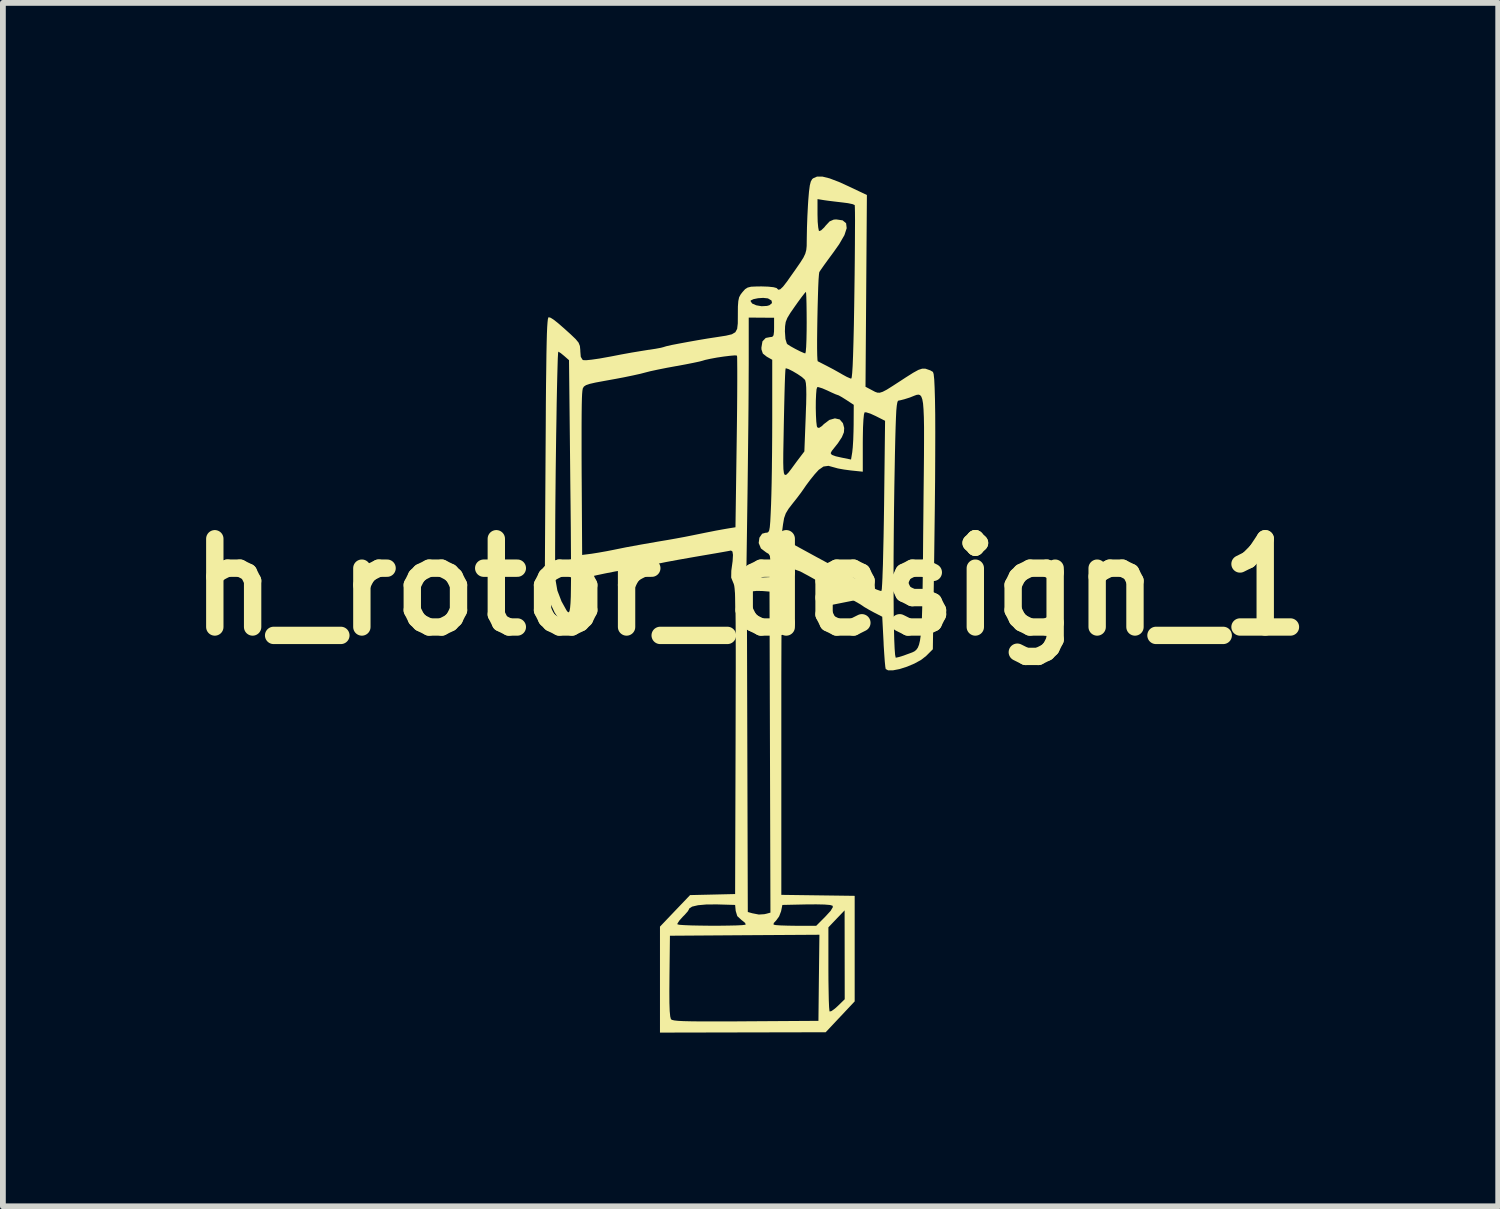
<source format=kicad_pcb>
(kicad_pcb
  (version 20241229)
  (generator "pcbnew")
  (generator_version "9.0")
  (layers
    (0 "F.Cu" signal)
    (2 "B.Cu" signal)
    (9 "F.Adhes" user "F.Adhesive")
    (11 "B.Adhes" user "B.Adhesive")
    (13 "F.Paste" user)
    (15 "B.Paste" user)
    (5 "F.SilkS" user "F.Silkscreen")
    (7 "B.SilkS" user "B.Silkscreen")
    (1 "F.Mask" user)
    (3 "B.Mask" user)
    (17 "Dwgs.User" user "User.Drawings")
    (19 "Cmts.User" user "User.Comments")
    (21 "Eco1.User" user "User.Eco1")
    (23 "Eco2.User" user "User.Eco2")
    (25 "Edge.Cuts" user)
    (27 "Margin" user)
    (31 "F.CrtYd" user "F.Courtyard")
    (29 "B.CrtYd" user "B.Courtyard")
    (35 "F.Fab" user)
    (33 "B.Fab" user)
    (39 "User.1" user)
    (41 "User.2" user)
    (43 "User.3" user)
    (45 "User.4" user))
  (footprint "h_rotor_design_1"
    (layer "F.Cu")
    (at 9.913 7.09)
    (property "Reference" "h_rotor_design_1" (at 0 0 0) (layer "F.SilkS") (effects (font (size 1.524 1.524) (thickness 0.3))))
    (attr board_only exclude_from_pos_files exclude_from_bom)
    (fp_poly (pts (xy 1.366 -7.059) (xy 1.529 -6.997) (xy 1.689 -6.924) (xy 2.01 -6.772) (xy 1.986 -3.46) (xy 2.105 -3.397) (xy 2.152 -3.372) (xy 2.192 -3.358) (xy 2.232 -3.357) (xy 2.283 -3.373) (xy 2.354 -3.41) (xy 2.454 -3.473) (xy 2.593 -3.563) (xy 2.683 -3.622) (xy 2.81 -3.702) (xy 2.899 -3.751) (xy 2.963 -3.772) (xy 3.015 -3.773) (xy 3.027 -3.77) (xy 3.105 -3.743) (xy 3.151 -3.716) (xy 3.163 -3.679) (xy 3.173 -3.587) (xy 3.18 -3.441) (xy 3.186 -3.239) (xy 3.19 -2.98) (xy 3.191 -2.663) (xy 3.19 -2.288) (xy 3.188 -1.854) (xy 3.183 -1.36) (xy 3.176 -0.805) (xy 3.17 -0.344) (xy 3.149 1.074) (xy 3.033 1.19) (xy 2.946 1.258) (xy 2.831 1.321) (xy 2.703 1.375) (xy 2.575 1.416) (xy 2.461 1.438) (xy 2.376 1.438) (xy 2.335 1.415) (xy 2.328 1.376) (xy 2.319 1.287) (xy 2.31 1.16) (xy 2.3 1.006) (xy 2.298 0.951) (xy 2.275 0.512) (xy 2.131 0.438) (xy 2.038 0.387) (xy 1.963 0.343) (xy 1.939 0.326) (xy 1.892 0.295) (xy 1.804 0.245) (xy 1.691 0.183) (xy 1.633 0.152) (xy 1.508 0.086) (xy 1.395 0.025) (xy 1.311 -0.02) (xy 1.289 -0.032) (xy 1.22 -0.071) (xy 1.117 -0.129) (xy 1.003 -0.193) (xy 0.998 -0.196) (xy 0.857 -0.271) (xy 0.756 -0.307) (xy 0.685 -0.305) (xy 0.634 -0.263) (xy 0.594 -0.181) (xy 0.586 -0.16) (xy 0.576 -0.129) (xy 0.568 -0.092) (xy 0.561 -0.044) (xy 0.554 0.019) (xy 0.549 0.101) (xy 0.545 0.206) (xy 0.541 0.338) (xy 0.538 0.501) (xy 0.536 0.7) (xy 0.534 0.938) (xy 0.533 1.22) (xy 0.532 1.55) (xy 0.532 1.932) (xy 0.532 2.369) (xy 0.532 2.655) (xy 0.532 5.316) (xy 1.799 5.333) (xy 1.799 7.156) (xy 1.548 7.423) (xy 1.298 7.689) (xy -0.133 7.692) (xy -1.564 7.695) (xy -1.564 6.979) (xy -1.402 6.979) (xy -1.401 7.179) (xy -1.396 7.323) (xy -1.387 7.416) (xy -1.375 7.462) (xy -1.373 7.465) (xy -1.354 7.476) (xy -1.316 7.485) (xy -1.252 7.492) (xy -1.157 7.497) (xy -1.026 7.5) (xy -0.853 7.502) (xy -0.633 7.502) (xy -0.361 7.502) (xy -0.082 7.5) (xy 1.173 7.492) (xy 1.181 6.748) (xy 1.183 6.593) (xy 1.345 6.593) (xy 1.346 6.799) (xy 1.349 6.983) (xy 1.352 7.137) (xy 1.357 7.252) (xy 1.363 7.318) (xy 1.367 7.331) (xy 1.399 7.323) (xy 1.458 7.28) (xy 1.507 7.236) (xy 1.627 7.119) (xy 1.625 5.584) (xy 1.485 5.73) (xy 1.345 5.877) (xy 1.345 6.593) (xy 1.183 6.593) (xy 1.19 6.005) (xy -0.101 6.013) (xy -1.392 6.022) (xy -1.4 6.721) (xy -1.402 6.979) (xy -1.564 6.979) (xy -1.564 5.865) (xy -1.526 5.825) (xy -1.263 5.825) (xy -1.228 5.833) (xy -1.143 5.839) (xy -1.02 5.844) (xy -0.87 5.847) (xy -0.705 5.849) (xy -0.539 5.849) (xy -0.382 5.847) (xy -0.247 5.844) (xy -0.145 5.839) (xy -0.09 5.832) (xy -0.086 5.83) (xy 0.398 5.83) (xy 0.435 5.838) (xy 0.521 5.844) (xy 0.644 5.848) (xy 0.776 5.85) (xy 1.135 5.85) (xy 1.292 5.692) (xy 1.383 5.593) (xy 1.422 5.528) (xy 1.418 5.504) (xy 1.374 5.491) (xy 1.277 5.483) (xy 1.136 5.48) (xy 0.968 5.481) (xy 0.55 5.49) (xy 0.528 5.599) (xy 0.494 5.688) (xy 0.444 5.757) (xy 0.442 5.759) (xy 0.401 5.803) (xy 0.398 5.83) (xy -0.086 5.83) (xy -0.084 5.829) (xy -0.093 5.801) (xy -0.143 5.76) (xy -0.154 5.752) (xy -0.229 5.683) (xy -0.256 5.593) (xy -0.266 5.49) (xy -0.577 5.481) (xy -0.761 5.482) (xy -0.907 5.495) (xy -1.009 5.519) (xy -1.06 5.553) (xy -1.064 5.567) (xy -1.084 5.601) (xy -1.136 5.66) (xy -1.171 5.695) (xy -1.23 5.761) (xy -1.262 5.811) (xy -1.263 5.825) (xy -1.526 5.825) (xy -1.304 5.592) (xy -1.044 5.32) (xy -0.655 5.311) (xy -0.266 5.302) (xy -0.258 2.65) (xy -0.257 2.178) (xy -0.256 1.765) (xy -0.255 1.406) (xy -0.255 1.098) (xy -0.256 0.836) (xy -0.257 0.617) (xy -0.259 0.437) (xy -0.262 0.292) (xy -0.265 0.177) (xy -0.269 0.095) (xy -0.063 0.095) (xy -0.047 5.612) (xy 0.031 5.634) (xy 0.144 5.656) (xy 0.238 5.65) (xy 0.274 5.642) (xy 0.344 5.623) (xy 0.336 2.851) (xy 0.328 0.078) (xy 0.206 0.068) (xy 0.106 0.066) (xy 0.02 0.075) (xy 0.011 0.077) (xy -0.063 0.095) (xy -0.269 0.095) (xy -0.27 0.089) (xy -0.275 0.024) (xy -0.281 -0.022) (xy -0.289 -0.053) (xy -0.298 -0.074) (xy -0.3 -0.079) (xy -0.33 -0.153) (xy -0.073 -0.153) (xy 0.328 -0.172) (xy 0.338 -0.368) (xy 0.341 -0.476) (xy 0.334 -0.539) (xy 0.312 -0.574) (xy 0.271 -0.598) (xy 0.18 -0.667) (xy 0.141 -0.761) (xy 0.153 -0.85) (xy 0.534 -0.85) (xy 0.979 -0.607) (xy 1.138 -0.52) (xy 1.288 -0.439) (xy 1.413 -0.371) (xy 1.503 -0.323) (xy 1.533 -0.307) (xy 1.616 -0.262) (xy 1.681 -0.225) (xy 1.689 -0.22) (xy 1.824 -0.139) (xy 1.959 -0.064) (xy 2.081 -0.002) (xy 2.181 0.044) (xy 2.245 0.066) (xy 2.262 0.065) (xy 2.268 0.029) (xy 2.274 -0.063) (xy 2.279 -0.168) (xy 2.47 -0.168) (xy 2.471 0.157) (xy 2.473 0.447) (xy 2.477 0.697) (xy 2.482 0.904) (xy 2.489 1.062) (xy 2.497 1.168) (xy 2.507 1.217) (xy 2.51 1.22) (xy 2.56 1.209) (xy 2.645 1.183) (xy 2.701 1.162) (xy 2.751 1.144) (xy 2.794 1.128) (xy 2.831 1.11) (xy 2.862 1.085) (xy 2.889 1.048) (xy 2.91 0.996) (xy 2.927 0.924) (xy 2.941 0.827) (xy 2.952 0.701) (xy 2.96 0.542) (xy 2.966 0.346) (xy 2.971 0.107) (xy 2.975 -0.179) (xy 2.979 -0.515) (xy 2.982 -0.907) (xy 2.985 -1.181) (xy 2.989 -1.606) (xy 2.993 -1.972) (xy 2.996 -2.283) (xy 2.997 -2.545) (xy 2.997 -2.76) (xy 2.994 -2.933) (xy 2.988 -3.069) (xy 2.98 -3.171) (xy 2.967 -3.243) (xy 2.95 -3.29) (xy 2.928 -3.316) (xy 2.902 -3.324) (xy 2.869 -3.32) (xy 2.831 -3.306) (xy 2.786 -3.288) (xy 2.751 -3.274) (xy 2.656 -3.244) (xy 2.581 -3.225) (xy 2.558 -3.222) (xy 2.545 -3.214) (xy 2.535 -3.186) (xy 2.526 -3.133) (xy 2.518 -3.049) (xy 2.512 -2.927) (xy 2.506 -2.762) (xy 2.5 -2.549) (xy 2.494 -2.281) (xy 2.492 -2.166) (xy 2.484 -1.731) (xy 2.478 -1.309) (xy 2.474 -0.905) (xy 2.471 -0.523) (xy 2.47 -0.168) (xy 2.279 -0.168) (xy 2.28 -0.205) (xy 2.287 -0.39) (xy 2.292 -0.614) (xy 2.298 -0.868) (xy 2.303 -1.147) (xy 2.307 -1.417) (xy 2.324 -2.872) (xy 2.162 -2.954) (xy 2.07 -2.996) (xy 1.998 -3.018) (xy 1.97 -3.018) (xy 1.959 -2.981) (xy 1.95 -2.891) (xy 1.943 -2.758) (xy 1.94 -2.591) (xy 1.939 -2.496) (xy 1.939 -1.993) (xy 1.736 -2.014) (xy 1.616 -2.03) (xy 1.51 -2.049) (xy 1.452 -2.065) (xy 1.346 -2.094) (xy 1.26 -2.082) (xy 1.178 -2.025) (xy 1.107 -1.947) (xy 1.029 -1.85) (xy 0.959 -1.756) (xy 0.925 -1.706) (xy 0.873 -1.632) (xy 0.799 -1.534) (xy 0.73 -1.447) (xy 0.656 -1.351) (xy 0.609 -1.273) (xy 0.58 -1.191) (xy 0.561 -1.081) (xy 0.55 -0.996) (xy 0.534 -0.85) (xy 0.153 -0.85) (xy 0.154 -0.854) (xy 0.201 -0.922) (xy 0.26 -0.938) (xy 0.288 -0.94) (xy 0.308 -0.951) (xy 0.323 -0.98) (xy 0.333 -1.036) (xy 0.341 -1.13) (xy 0.348 -1.268) (xy 0.355 -1.431) (xy 0.36 -1.591) (xy 0.365 -1.801) (xy 0.369 -2.047) (xy 0.37 -2.153) (xy 0.565 -2.153) (xy 0.568 -2.037) (xy 0.577 -1.967) (xy 0.593 -1.936) (xy 0.619 -1.941) (xy 0.655 -1.977) (xy 0.703 -2.039) (xy 0.765 -2.124) (xy 0.801 -2.173) (xy 0.93 -2.343) (xy 0.953 -2.94) (xy 0.958 -3.092) (xy 1.127 -3.092) (xy 1.13 -2.966) (xy 1.136 -2.857) (xy 1.145 -2.782) (xy 1.152 -2.76) (xy 1.182 -2.748) (xy 1.233 -2.781) (xy 1.267 -2.815) (xy 1.362 -2.887) (xy 1.458 -2.914) (xy 1.541 -2.895) (xy 1.596 -2.83) (xy 1.598 -2.824) (xy 1.618 -2.747) (xy 1.613 -2.673) (xy 1.578 -2.589) (xy 1.509 -2.484) (xy 1.404 -2.352) (xy 1.384 -2.313) (xy 1.404 -2.284) (xy 1.472 -2.259) (xy 1.574 -2.236) (xy 1.736 -2.203) (xy 1.757 -2.329) (xy 1.766 -2.414) (xy 1.774 -2.541) (xy 1.779 -2.692) (xy 1.781 -2.802) (xy 1.783 -3.148) (xy 1.655 -3.232) (xy 1.577 -3.281) (xy 1.521 -3.312) (xy 1.506 -3.317) (xy 1.469 -3.33) (xy 1.395 -3.363) (xy 1.332 -3.393) (xy 1.242 -3.432) (xy 1.175 -3.453) (xy 1.152 -3.453) (xy 1.14 -3.416) (xy 1.133 -3.333) (xy 1.128 -3.22) (xy 1.127 -3.092) (xy 0.958 -3.092) (xy 0.961 -3.16) (xy 0.964 -3.326) (xy 0.962 -3.445) (xy 0.956 -3.523) (xy 0.945 -3.57) (xy 0.936 -3.584) (xy 0.888 -3.628) (xy 0.813 -3.679) (xy 0.73 -3.728) (xy 0.657 -3.765) (xy 0.612 -3.779) (xy 0.607 -3.777) (xy 0.602 -3.743) (xy 0.597 -3.654) (xy 0.592 -3.518) (xy 0.587 -3.343) (xy 0.582 -3.136) (xy 0.577 -2.906) (xy 0.575 -2.811) (xy 0.57 -2.535) (xy 0.566 -2.317) (xy 0.565 -2.153) (xy 0.37 -2.153) (xy 0.372 -2.316) (xy 0.374 -2.595) (xy 0.375 -2.87) (xy 0.375 -2.925) (xy 0.375 -3.926) (xy 0.281 -3.979) (xy 0.213 -4.033) (xy 0.189 -4.104) (xy 0.188 -4.137) (xy 0.206 -4.244) (xy 0.263 -4.303) (xy 0.335 -4.317) (xy 0.376 -4.322) (xy 0.398 -4.349) (xy 0.406 -4.413) (xy 0.406 -4.417) (xy 0.594 -4.417) (xy 0.603 -4.285) (xy 0.627 -4.207) (xy 0.638 -4.194) (xy 0.692 -4.159) (xy 0.773 -4.114) (xy 0.858 -4.071) (xy 0.924 -4.042) (xy 0.946 -4.036) (xy 0.954 -4.066) (xy 0.959 -4.125) (xy 1.15 -4.125) (xy 1.152 -4.004) (xy 1.156 -3.926) (xy 1.16 -3.901) (xy 1.193 -3.884) (xy 1.263 -3.848) (xy 1.314 -3.822) (xy 1.43 -3.761) (xy 1.548 -3.695) (xy 1.58 -3.676) (xy 1.662 -3.631) (xy 1.724 -3.604) (xy 1.739 -3.6) (xy 1.748 -3.623) (xy 1.756 -3.696) (xy 1.764 -3.82) (xy 1.771 -3.997) (xy 1.778 -4.23) (xy 1.785 -4.52) (xy 1.791 -4.87) (xy 1.794 -5.085) (xy 1.798 -5.385) (xy 1.801 -5.665) (xy 1.803 -5.92) (xy 1.804 -6.144) (xy 1.805 -6.329) (xy 1.804 -6.471) (xy 1.802 -6.563) (xy 1.8 -6.598) (xy 1.763 -6.614) (xy 1.682 -6.631) (xy 1.588 -6.643) (xy 1.461 -6.658) (xy 1.34 -6.673) (xy 1.275 -6.682) (xy 1.157 -6.701) (xy 1.157 -6.433) (xy 1.16 -6.31) (xy 1.169 -6.213) (xy 1.18 -6.156) (xy 1.185 -6.149) (xy 1.219 -6.161) (xy 1.272 -6.211) (xy 1.296 -6.241) (xy 1.366 -6.316) (xy 1.437 -6.347) (xy 1.481 -6.35) (xy 1.591 -6.334) (xy 1.651 -6.284) (xy 1.661 -6.199) (xy 1.622 -6.079) (xy 1.532 -5.923) (xy 1.436 -5.787) (xy 1.347 -5.666) (xy 1.27 -5.56) (xy 1.214 -5.48) (xy 1.188 -5.441) (xy 1.182 -5.4) (xy 1.175 -5.309) (xy 1.169 -5.177) (xy 1.164 -5.015) (xy 1.159 -4.834) (xy 1.155 -4.644) (xy 1.152 -4.455) (xy 1.15 -4.279) (xy 1.15 -4.125) (xy 0.959 -4.125) (xy 0.961 -4.147) (xy 0.966 -4.271) (xy 0.969 -4.427) (xy 0.97 -4.567) (xy 0.969 -4.742) (xy 0.967 -4.892) (xy 0.964 -5.008) (xy 0.96 -5.08) (xy 0.956 -5.099) (xy 0.934 -5.075) (xy 0.884 -5.011) (xy 0.815 -4.917) (xy 0.769 -4.852) (xy 0.687 -4.734) (xy 0.636 -4.649) (xy 0.608 -4.579) (xy 0.597 -4.507) (xy 0.594 -4.417) (xy 0.406 -4.417) (xy 0.407 -4.484) (xy 0.407 -4.652) (xy 0.188 -4.653) (xy -0.031 -4.655) (xy -0.031 -3.865) (xy -0.032 -3.661) (xy -0.033 -3.406) (xy -0.035 -3.111) (xy -0.038 -2.787) (xy -0.042 -2.447) (xy -0.046 -2.102) (xy -0.05 -1.762) (xy -0.052 -1.614) (xy -0.073 -0.153) (xy -0.33 -0.153) (xy -0.334 -0.164) (xy -0.332 -0.276) (xy -0.331 -0.289) (xy -0.309 -0.45) (xy -0.303 -0.556) (xy -0.312 -0.614) (xy -0.337 -0.631) (xy -0.344 -0.63) (xy -0.396 -0.62) (xy -0.491 -0.603) (xy -0.611 -0.582) (xy -0.641 -0.577) (xy -0.968 -0.521) (xy -1.24 -0.473) (xy -1.462 -0.432) (xy -1.642 -0.395) (xy -1.674 -0.388) (xy -1.812 -0.36) (xy -1.981 -0.33) (xy -2.146 -0.302) (xy -2.174 -0.297) (xy -2.337 -0.27) (xy -2.51 -0.236) (xy -2.661 -0.204) (xy -2.682 -0.199) (xy -2.909 -0.144) (xy -2.909 0.203) (xy -2.913 0.392) (xy -2.928 0.528) (xy -2.956 0.617) (xy -3 0.667) (xy -3.063 0.686) (xy -3.091 0.687) (xy -3.195 0.66) (xy -3.291 0.579) (xy -3.382 0.442) (xy -3.45 0.296) (xy -3.554 0.047) (xy -3.55 -0.644) (xy -3.375 -0.644) (xy -3.375 -0.446) (xy -3.374 -0.289) (xy -3.371 -0.178) (xy -3.369 -0.129) (xy -3.336 0.06) (xy -3.265 0.246) (xy -3.18 0.399) (xy -3.162 0.424) (xy -3.147 0.436) (xy -3.134 0.431) (xy -3.124 0.405) (xy -3.116 0.355) (xy -3.109 0.276) (xy -3.104 0.164) (xy -3.102 0.017) (xy -3.1 -0.171) (xy -3.1 -0.404) (xy -3.102 -0.684) (xy -3.104 -1.015) (xy -3.108 -1.403) (xy -3.112 -1.741) (xy -3.12 -2.533) (xy -2.918 -2.533) (xy -2.918 -2.268) (xy -2.917 -1.987) (xy -2.916 -1.865) (xy -2.908 -0.555) (xy -2.744 -0.576) (xy -2.625 -0.595) (xy -2.479 -0.621) (xy -2.362 -0.644) (xy -2.15 -0.687) (xy -1.888 -0.735) (xy -1.584 -0.788) (xy -1.423 -0.815) (xy -1.293 -0.838) (xy -1.136 -0.867) (xy -1.001 -0.894) (xy -0.775 -0.94) (xy -0.599 -0.975) (xy -0.46 -1) (xy -0.373 -1.015) (xy -0.26 -1.033) (xy -0.239 -2.508) (xy -0.235 -2.805) (xy -0.232 -3.084) (xy -0.23 -3.336) (xy -0.229 -3.557) (xy -0.229 -3.74) (xy -0.23 -3.878) (xy -0.231 -3.967) (xy -0.234 -3.998) (xy -0.271 -4.002) (xy -0.352 -3.995) (xy -0.461 -3.982) (xy -0.581 -3.964) (xy -0.694 -3.943) (xy -0.785 -3.923) (xy -0.824 -3.911) (xy -0.88 -3.896) (xy -0.983 -3.874) (xy -1.119 -3.847) (xy -1.274 -3.818) (xy -1.283 -3.817) (xy -1.447 -3.787) (xy -1.602 -3.756) (xy -1.732 -3.728) (xy -1.814 -3.707) (xy -1.902 -3.684) (xy -2.033 -3.655) (xy -2.188 -3.623) (xy -2.33 -3.596) (xy -2.529 -3.56) (xy -2.675 -3.533) (xy -2.776 -3.51) (xy -2.841 -3.488) (xy -2.878 -3.463) (xy -2.897 -3.431) (xy -2.904 -3.389) (xy -2.909 -3.332) (xy -2.909 -3.33) (xy -2.912 -3.265) (xy -2.915 -3.146) (xy -2.917 -2.979) (xy -2.918 -2.772) (xy -2.918 -2.533) (xy -3.12 -2.533) (xy -3.135 -3.919) (xy -3.218 -3.992) (xy -3.278 -4.041) (xy -3.317 -4.065) (xy -3.32 -4.066) (xy -3.324 -4.036) (xy -3.329 -3.949) (xy -3.333 -3.814) (xy -3.338 -3.634) (xy -3.343 -3.418) (xy -3.348 -3.172) (xy -3.352 -2.901) (xy -3.357 -2.613) (xy -3.361 -2.314) (xy -3.365 -2.01) (xy -3.368 -1.708) (xy -3.371 -1.414) (xy -3.373 -1.134) (xy -3.374 -0.875) (xy -3.375 -0.644) (xy -3.55 -0.644) (xy -3.54 -2.307) (xy -3.537 -2.761) (xy -3.535 -3.156) (xy -3.532 -3.495) (xy -3.528 -3.783) (xy -3.525 -4.023) (xy -3.521 -4.218) (xy -3.517 -4.373) (xy -3.512 -4.49) (xy -3.506 -4.574) (xy -3.5 -4.628) (xy -3.492 -4.655) (xy -3.487 -4.661) (xy -3.453 -4.652) (xy -3.402 -4.62) (xy -3.327 -4.561) (xy -3.22 -4.468) (xy -3.108 -4.367) (xy -3.02 -4.283) (xy -2.97 -4.222) (xy -2.947 -4.164) (xy -2.94 -4.093) (xy -2.94 -4.077) (xy -2.932 -3.978) (xy -2.903 -3.928) (xy -2.888 -3.92) (xy -2.84 -3.918) (xy -2.743 -3.928) (xy -2.611 -3.947) (xy -2.456 -3.975) (xy -2.411 -3.983) (xy -2.231 -4.018) (xy -2.049 -4.051) (xy -1.885 -4.078) (xy -1.762 -4.098) (xy -1.756 -4.098) (xy -1.64 -4.116) (xy -1.549 -4.133) (xy -1.499 -4.146) (xy -1.497 -4.147) (xy -1.455 -4.16) (xy -1.363 -4.181) (xy -1.233 -4.206) (xy -1.077 -4.235) (xy -0.908 -4.265) (xy -0.736 -4.294) (xy -0.579 -4.318) (xy -0.425 -4.342) (xy -0.323 -4.366) (xy -0.262 -4.402) (xy -0.231 -4.46) (xy -0.22 -4.553) (xy -0.219 -4.691) (xy -0.219 -4.705) (xy -0.218 -4.846) (xy -0.211 -4.94) (xy 0 -4.94) (xy 0.028 -4.898) (xy 0.098 -4.867) (xy 0.19 -4.851) (xy 0.284 -4.856) (xy 0.326 -4.868) (xy 0.371 -4.905) (xy 0.363 -4.949) (xy 0.305 -4.984) (xy 0.295 -4.987) (xy 0.218 -4.995) (xy 0.13 -4.989) (xy 0.051 -4.973) (xy 0.005 -4.951) (xy 0 -4.94) (xy -0.211 -4.94) (xy -0.211 -4.94) (xy -0.197 -5.005) (xy -0.17 -5.055) (xy -0.138 -5.096) (xy -0.094 -5.145) (xy -0.05 -5.173) (xy 0.01 -5.188) (xy 0.105 -5.192) (xy 0.189 -5.193) (xy 0.307 -5.189) (xy 0.399 -5.179) (xy 0.45 -5.165) (xy 0.454 -5.161) (xy 0.48 -5.136) (xy 0.513 -5.143) (xy 0.561 -5.188) (xy 0.631 -5.278) (xy 0.675 -5.341) (xy 0.783 -5.494) (xy 0.861 -5.607) (xy 0.914 -5.691) (xy 0.946 -5.759) (xy 0.963 -5.822) (xy 0.97 -5.891) (xy 0.971 -5.979) (xy 0.972 -6.049) (xy 0.975 -6.211) (xy 0.982 -6.403) (xy 0.992 -6.595) (xy 0.997 -6.675) (xy 1.01 -6.831) (xy 1.024 -6.937) (xy 1.041 -7.004) (xy 1.064 -7.045) (xy 1.081 -7.06) (xy 1.149 -7.09) (xy 1.242 -7.09)) (stroke (width 0) (type solid)) (fill yes) (layer "F.SilkS")))
  (gr_rect
    (start -3 -3)
    (end 22.827 17.785)
    (stroke (width 0.1) (type default))
    (fill no)
    (layer "Edge.Cuts")))
</source>
